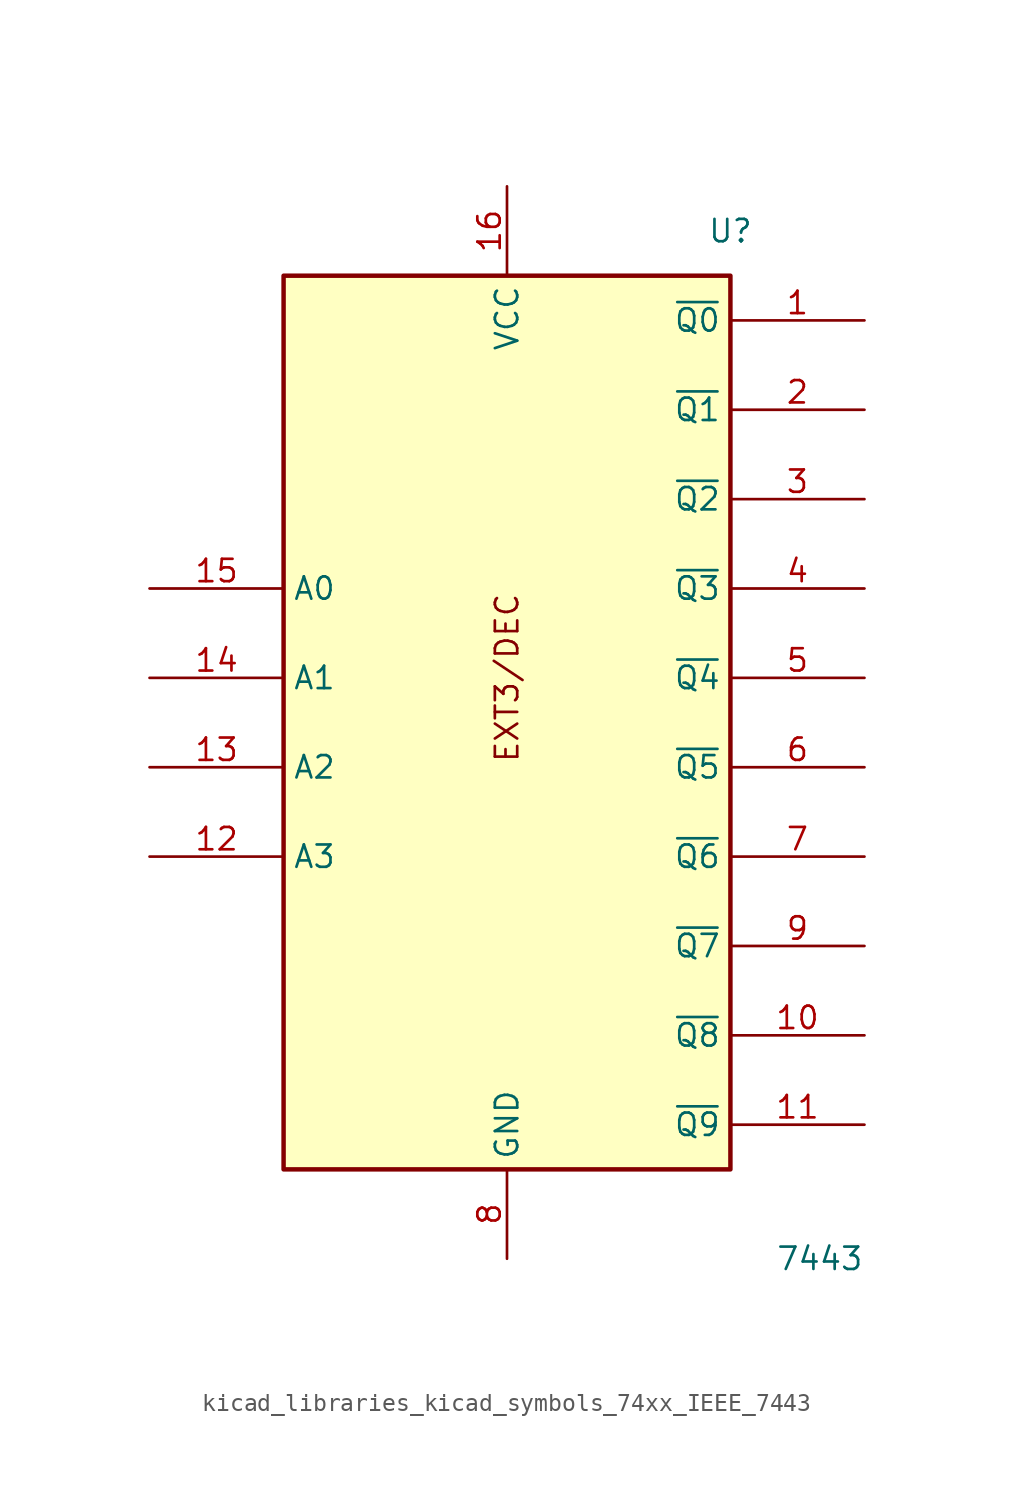
<source format=kicad_sym>
(kicad_symbol_lib
  (version 20220914)
  (generator kicad_symbol_editor)
  (symbol "kicad_libraries_kicad_symbols_74xx_IEEE_7443"
    (property "Reference" "U"
      (at 12.7 27.94 0)
      (effects (font (size 1.27 1.27))))
    (property "Value" "7443"
      (at 17.78 -30.48 0)
      (effects (font (size 1.27 1.27))))
    (symbol "kicad_libraries_kicad_symbols_74xx_IEEE_7443_0_0"
      (rectangle (start -12.7 25.4) (end 12.7 -25.4) (stroke (width 0.254) (type default)) (fill (type background)))
      (text "EXT3/DEC" (at 0 2.54 900) (effects (font (size 1.27 1.27))))
      (pin power_in line (at 0 30.48 270) (length 5.08) (name "VCC" (effects (font (size 1.27 1.27)))) (number "16" (effects (font (size 1.27 1.27)))))
      (pin power_in line (at 0 -30.48 90) (length 5.08) (name "GND" (effects (font (size 1.27 1.27)))) (number "8" (effects (font (size 1.27 1.27))))))
    (symbol "kicad_libraries_kicad_symbols_74xx_IEEE_7443_1_1"
      (pin output line (at 20.32 22.86 180) (length 7.62) (name "~{Q0}" (effects (font (size 1.27 1.27)))) (number "1" (effects (font (size 1.27 1.27)))))
      (pin output line (at 20.32 -17.78 180) (length 7.62) (name "~{Q8}" (effects (font (size 1.27 1.27)))) (number "10" (effects (font (size 1.27 1.27)))))
      (pin output line (at 20.32 -22.86 180) (length 7.62) (name "~{Q9}" (effects (font (size 1.27 1.27)))) (number "11" (effects (font (size 1.27 1.27)))))
      (pin input line (at -20.32 -7.62 0) (length 7.62) (name "A3" (effects (font (size 1.27 1.27)))) (number "12" (effects (font (size 1.27 1.27)))))
      (pin input line (at -20.32 -2.54 0) (length 7.62) (name "A2" (effects (font (size 1.27 1.27)))) (number "13" (effects (font (size 1.27 1.27)))))
      (pin input line (at -20.32 2.54 0) (length 7.62) (name "A1" (effects (font (size 1.27 1.27)))) (number "14" (effects (font (size 1.27 1.27)))))
      (pin input line (at -20.32 7.62 0) (length 7.62) (name "A0" (effects (font (size 1.27 1.27)))) (number "15" (effects (font (size 1.27 1.27)))))
      (pin output line (at 20.32 17.78 180) (length 7.62) (name "~{Q1}" (effects (font (size 1.27 1.27)))) (number "2" (effects (font (size 1.27 1.27)))))
      (pin output line (at 20.32 12.7 180) (length 7.62) (name "~{Q2}" (effects (font (size 1.27 1.27)))) (number "3" (effects (font (size 1.27 1.27)))))
      (pin output line (at 20.32 7.62 180) (length 7.62) (name "~{Q3}" (effects (font (size 1.27 1.27)))) (number "4" (effects (font (size 1.27 1.27)))))
      (pin output line (at 20.32 2.54 180) (length 7.62) (name "~{Q4}" (effects (font (size 1.27 1.27)))) (number "5" (effects (font (size 1.27 1.27)))))
      (pin output line (at 20.32 -2.54 180) (length 7.62) (name "~{Q5}" (effects (font (size 1.27 1.27)))) (number "6" (effects (font (size 1.27 1.27)))))
      (pin output line (at 20.32 -7.62 180) (length 7.62) (name "~{Q6}" (effects (font (size 1.27 1.27)))) (number "7" (effects (font (size 1.27 1.27)))))
      (pin output line (at 20.32 -12.7 180) (length 7.62) (name "~{Q7}" (effects (font (size 1.27 1.27)))) (number "9" (effects (font (size 1.27 1.27))))))))
</source>
